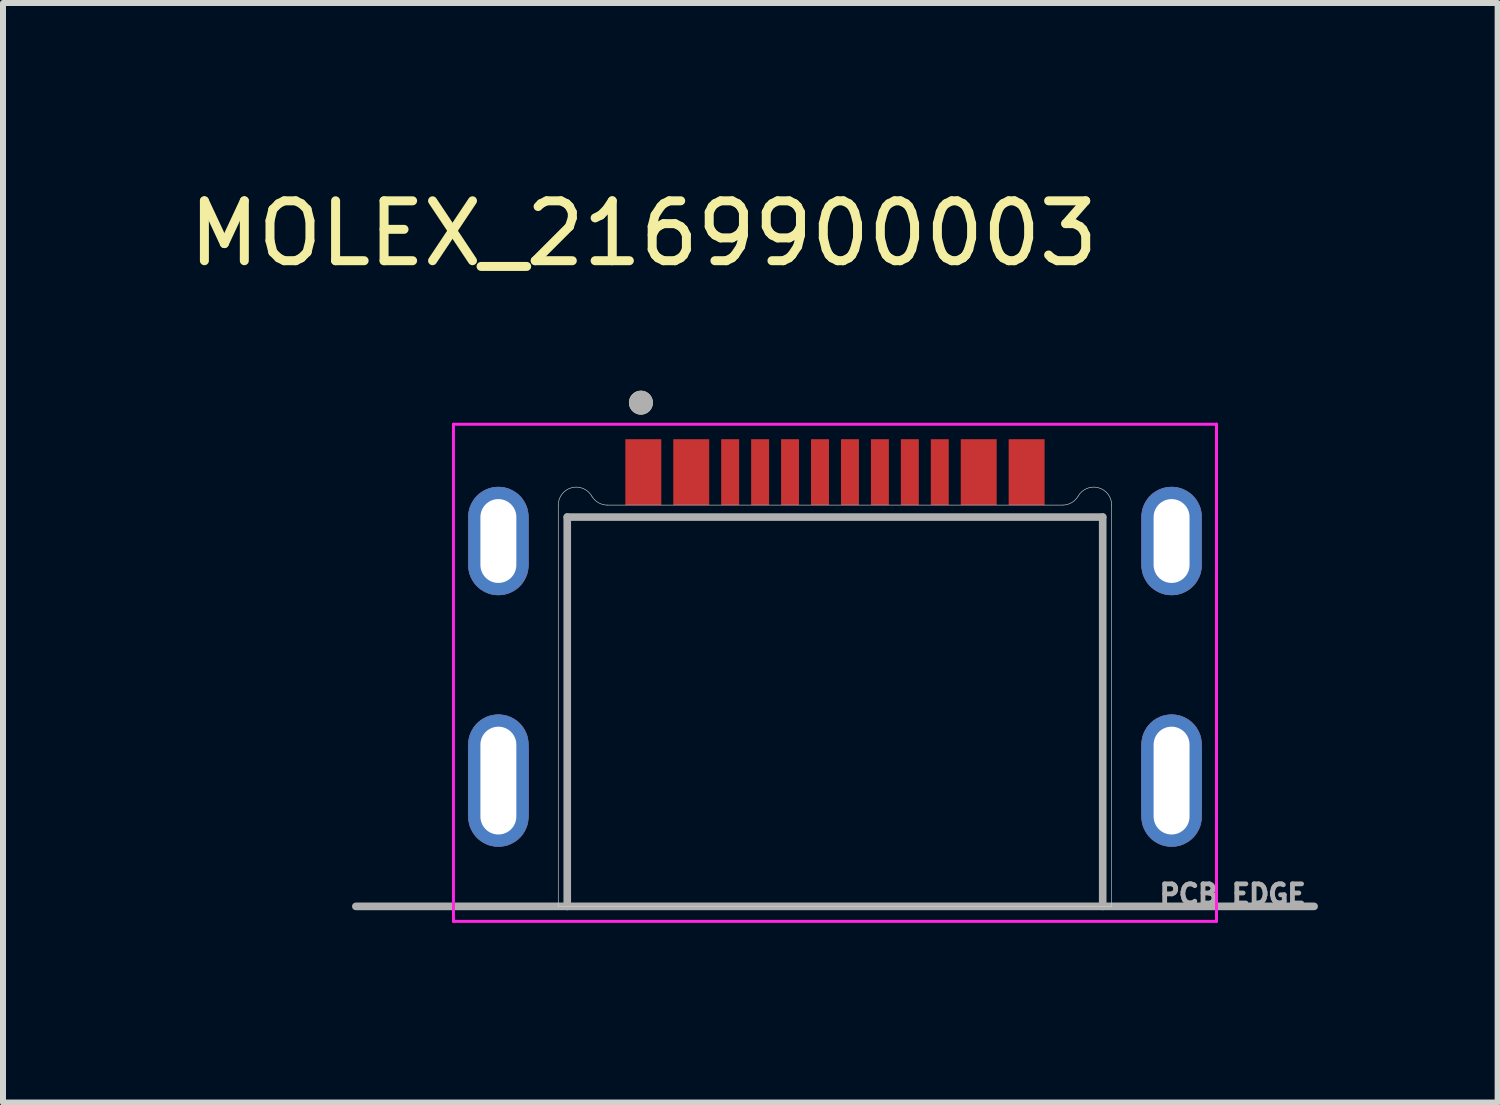
<source format=kicad_pcb>
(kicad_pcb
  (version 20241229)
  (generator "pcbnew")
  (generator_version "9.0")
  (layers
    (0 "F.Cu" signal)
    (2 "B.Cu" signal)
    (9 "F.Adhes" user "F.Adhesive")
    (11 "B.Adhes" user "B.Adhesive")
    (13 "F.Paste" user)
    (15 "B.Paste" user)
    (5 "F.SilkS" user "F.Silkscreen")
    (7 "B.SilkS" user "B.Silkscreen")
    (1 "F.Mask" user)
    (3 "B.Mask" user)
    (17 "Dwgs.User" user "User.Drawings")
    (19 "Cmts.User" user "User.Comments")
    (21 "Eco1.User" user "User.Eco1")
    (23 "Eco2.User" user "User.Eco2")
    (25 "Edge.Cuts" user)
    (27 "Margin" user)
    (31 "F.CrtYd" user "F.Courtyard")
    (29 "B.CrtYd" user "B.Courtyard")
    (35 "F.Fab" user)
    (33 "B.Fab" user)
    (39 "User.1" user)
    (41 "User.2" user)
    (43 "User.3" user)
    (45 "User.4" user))
  (footprint "MOLEX_2169900003"
    (layer "F.Cu")
    (at 10.891 9.983)
    (property "Reference" "MOLEX_2169900003" (at -3.195 -9.135 0) (layer "F.SilkS") (effects (font (size 1 1) (thickness 0.15))))
    (attr through_hole)
    (fp_poly (pts (xy -6.12 -0.6) (xy -6.12 0.6) (xy -6.117 0.652) (xy -6.109 0.704) (xy -6.096 0.755) (xy -6.077 0.803) (xy -6.053 0.85) (xy -6.025 0.894) (xy -5.992 0.935) (xy -5.955 0.972) (xy -5.914 1.005) (xy -5.87 1.033) (xy -5.823 1.057) (xy -5.775 1.076) (xy -5.724 1.089) (xy -5.672 1.097) (xy -5.62 1.1) (xy -5.568 1.097) (xy -5.516 1.089) (xy -5.465 1.076) (xy -5.417 1.057) (xy -5.37 1.033) (xy -5.326 1.005) (xy -5.285 0.972) (xy -5.248 0.935) (xy -5.215 0.894) (xy -5.187 0.85) (xy -5.163 0.803) (xy -5.144 0.755) (xy -5.131 0.704) (xy -5.123 0.652) (xy -5.12 0.6) (xy -5.12 -0.6) (xy -5.123 -0.652) (xy -5.131 -0.704) (xy -5.144 -0.755) (xy -5.163 -0.803) (xy -5.187 -0.85) (xy -5.215 -0.894) (xy -5.248 -0.935) (xy -5.285 -0.972) (xy -5.326 -1.005) (xy -5.37 -1.033) (xy -5.417 -1.057) (xy -5.465 -1.076) (xy -5.516 -1.089) (xy -5.568 -1.097) (xy -5.62 -1.1) (xy -5.672 -1.097) (xy -5.724 -1.089) (xy -5.775 -1.076) (xy -5.823 -1.057) (xy -5.87 -1.033) (xy -5.914 -1.005) (xy -5.955 -0.972) (xy -5.992 -0.935) (xy -6.025 -0.894) (xy -6.053 -0.85) (xy -6.077 -0.803) (xy -6.096 -0.755) (xy -6.109 -0.704) (xy -6.117 -0.652) (xy -6.12 -0.6)) (stroke (width 0.01) (type solid)) (fill yes) (layer "F.Cu"))
    (fp_poly (pts (xy -5.12 -3.6) (xy -5.123 -3.548) (xy -5.131 -3.496) (xy -5.144 -3.445) (xy -5.163 -3.397) (xy -5.187 -3.35) (xy -5.215 -3.306) (xy -5.248 -3.265) (xy -5.285 -3.228) (xy -5.326 -3.195) (xy -5.37 -3.167) (xy -5.417 -3.143) (xy -5.465 -3.124) (xy -5.516 -3.111) (xy -5.568 -3.103) (xy -5.62 -3.1) (xy -5.672 -3.103) (xy -5.724 -3.111) (xy -5.775 -3.124) (xy -5.823 -3.143) (xy -5.87 -3.167) (xy -5.914 -3.195) (xy -5.955 -3.228) (xy -5.992 -3.265) (xy -6.025 -3.306) (xy -6.053 -3.35) (xy -6.077 -3.397) (xy -6.096 -3.445) (xy -6.109 -3.496) (xy -6.117 -3.548) (xy -6.12 -3.6) (xy -6.12 -4.4) (xy -6.117 -4.452) (xy -6.109 -4.504) (xy -6.096 -4.555) (xy -6.077 -4.603) (xy -6.053 -4.65) (xy -6.025 -4.694) (xy -5.992 -4.735) (xy -5.955 -4.772) (xy -5.914 -4.805) (xy -5.87 -4.833) (xy -5.823 -4.857) (xy -5.775 -4.876) (xy -5.724 -4.889) (xy -5.672 -4.897) (xy -5.62 -4.9) (xy -5.568 -4.897) (xy -5.516 -4.889) (xy -5.465 -4.876) (xy -5.417 -4.857) (xy -5.37 -4.833) (xy -5.326 -4.805) (xy -5.285 -4.772) (xy -5.248 -4.735) (xy -5.215 -4.694) (xy -5.187 -4.65) (xy -5.163 -4.603) (xy -5.144 -4.555) (xy -5.131 -4.504) (xy -5.123 -4.452) (xy -5.12 -4.4) (xy -5.12 -3.6)) (stroke (width 0.01) (type solid)) (fill yes) (layer "F.Cu"))
    (fp_poly (pts (xy 5.12 -4.4) (xy 5.12 -3.6) (xy 5.123 -3.548) (xy 5.131 -3.496) (xy 5.144 -3.445) (xy 5.163 -3.397) (xy 5.187 -3.35) (xy 5.215 -3.306) (xy 5.248 -3.265) (xy 5.285 -3.228) (xy 5.326 -3.195) (xy 5.37 -3.167) (xy 5.417 -3.143) (xy 5.465 -3.124) (xy 5.516 -3.111) (xy 5.568 -3.103) (xy 5.62 -3.1) (xy 5.672 -3.103) (xy 5.724 -3.111) (xy 5.775 -3.124) (xy 5.823 -3.143) (xy 5.87 -3.167) (xy 5.914 -3.195) (xy 5.955 -3.228) (xy 5.992 -3.265) (xy 6.025 -3.306) (xy 6.053 -3.35) (xy 6.077 -3.397) (xy 6.096 -3.445) (xy 6.109 -3.496) (xy 6.117 -3.548) (xy 6.12 -3.6) (xy 6.12 -4.4) (xy 6.117 -4.452) (xy 6.109 -4.504) (xy 6.096 -4.555) (xy 6.077 -4.603) (xy 6.053 -4.65) (xy 6.025 -4.694) (xy 5.992 -4.735) (xy 5.955 -4.772) (xy 5.914 -4.805) (xy 5.87 -4.833) (xy 5.823 -4.857) (xy 5.775 -4.876) (xy 5.724 -4.889) (xy 5.672 -4.897) (xy 5.62 -4.9) (xy 5.568 -4.897) (xy 5.516 -4.889) (xy 5.465 -4.876) (xy 5.417 -4.857) (xy 5.37 -4.833) (xy 5.326 -4.805) (xy 5.285 -4.772) (xy 5.248 -4.735) (xy 5.215 -4.694) (xy 5.187 -4.65) (xy 5.163 -4.603) (xy 5.144 -4.555) (xy 5.131 -4.504) (xy 5.123 -4.452) (xy 5.12 -4.4)) (stroke (width 0.01) (type solid)) (fill yes) (layer "F.Cu"))
    (fp_poly (pts (xy 5.12 -0.6) (xy 5.12 0.6) (xy 5.123 0.652) (xy 5.131 0.704) (xy 5.144 0.755) (xy 5.163 0.803) (xy 5.187 0.85) (xy 5.215 0.894) (xy 5.248 0.935) (xy 5.285 0.972) (xy 5.326 1.005) (xy 5.37 1.033) (xy 5.417 1.057) (xy 5.465 1.076) (xy 5.516 1.089) (xy 5.568 1.097) (xy 5.62 1.1) (xy 5.672 1.097) (xy 5.724 1.089) (xy 5.775 1.076) (xy 5.823 1.057) (xy 5.87 1.033) (xy 5.914 1.005) (xy 5.955 0.972) (xy 5.992 0.935) (xy 6.025 0.894) (xy 6.053 0.85) (xy 6.077 0.803) (xy 6.096 0.755) (xy 6.109 0.704) (xy 6.117 0.652) (xy 6.12 0.6) (xy 6.12 -0.6) (xy 6.117 -0.652) (xy 6.109 -0.704) (xy 6.096 -0.755) (xy 6.077 -0.803) (xy 6.053 -0.85) (xy 6.025 -0.894) (xy 5.992 -0.935) (xy 5.955 -0.972) (xy 5.914 -1.005) (xy 5.87 -1.033) (xy 5.823 -1.057) (xy 5.775 -1.076) (xy 5.724 -1.089) (xy 5.672 -1.097) (xy 5.62 -1.1) (xy 5.568 -1.097) (xy 5.516 -1.089) (xy 5.465 -1.076) (xy 5.417 -1.057) (xy 5.37 -1.033) (xy 5.326 -1.005) (xy 5.285 -0.972) (xy 5.248 -0.935) (xy 5.215 -0.894) (xy 5.187 -0.85) (xy 5.163 -0.803) (xy 5.144 -0.755) (xy 5.131 -0.704) (xy 5.123 -0.652) (xy 5.12 -0.6)) (stroke (width 0.01) (type solid)) (fill yes) (layer "F.Cu"))
    (fp_poly (pts (xy -6.22 -4.4) (xy -6.22 -3.6) (xy -6.217 -3.537) (xy -6.207 -3.475) (xy -6.191 -3.415) (xy -6.168 -3.356) (xy -6.14 -3.3) (xy -6.105 -3.247) (xy -6.066 -3.199) (xy -6.021 -3.154) (xy -5.973 -3.115) (xy -5.92 -3.08) (xy -5.864 -3.052) (xy -5.805 -3.029) (xy -5.745 -3.013) (xy -5.683 -3.003) (xy -5.62 -3) (xy -5.557 -3.003) (xy -5.495 -3.013) (xy -5.435 -3.029) (xy -5.376 -3.052) (xy -5.32 -3.08) (xy -5.267 -3.115) (xy -5.219 -3.154) (xy -5.174 -3.199) (xy -5.135 -3.247) (xy -5.1 -3.3) (xy -5.072 -3.356) (xy -5.049 -3.415) (xy -5.033 -3.475) (xy -5.023 -3.537) (xy -5.02 -3.6) (xy -5.02 -4.4) (xy -5.023 -4.463) (xy -5.033 -4.525) (xy -5.049 -4.585) (xy -5.072 -4.644) (xy -5.1 -4.7) (xy -5.135 -4.753) (xy -5.174 -4.801) (xy -5.219 -4.846) (xy -5.267 -4.885) (xy -5.32 -4.92) (xy -5.376 -4.948) (xy -5.435 -4.971) (xy -5.495 -4.987) (xy -5.557 -4.997) (xy -5.62 -5) (xy -5.683 -4.997) (xy -5.745 -4.987) (xy -5.805 -4.971) (xy -5.864 -4.948) (xy -5.92 -4.92) (xy -5.973 -4.885) (xy -6.021 -4.846) (xy -6.066 -4.801) (xy -6.105 -4.753) (xy -6.14 -4.7) (xy -6.168 -4.644) (xy -6.191 -4.585) (xy -6.207 -4.525) (xy -6.217 -4.463) (xy -6.22 -4.4)) (stroke (width 0.01) (type solid)) (fill yes) (layer "F.Mask"))
    (fp_poly (pts (xy -5.02 0.6) (xy -5.023 0.663) (xy -5.033 0.725) (xy -5.049 0.785) (xy -5.072 0.844) (xy -5.1 0.9) (xy -5.135 0.953) (xy -5.174 1.001) (xy -5.219 1.046) (xy -5.267 1.085) (xy -5.32 1.12) (xy -5.376 1.148) (xy -5.435 1.171) (xy -5.495 1.187) (xy -5.557 1.197) (xy -5.62 1.2) (xy -5.683 1.197) (xy -5.745 1.187) (xy -5.805 1.171) (xy -5.864 1.148) (xy -5.92 1.12) (xy -5.973 1.085) (xy -6.021 1.046) (xy -6.066 1.001) (xy -6.105 0.953) (xy -6.14 0.9) (xy -6.168 0.844) (xy -6.191 0.785) (xy -6.207 0.725) (xy -6.217 0.663) (xy -6.22 0.6) (xy -6.22 -0.6) (xy -6.217 -0.663) (xy -6.207 -0.725) (xy -6.191 -0.785) (xy -6.168 -0.844) (xy -6.14 -0.9) (xy -6.105 -0.953) (xy -6.066 -1.001) (xy -6.021 -1.046) (xy -5.973 -1.085) (xy -5.92 -1.12) (xy -5.864 -1.148) (xy -5.805 -1.171) (xy -5.745 -1.187) (xy -5.683 -1.197) (xy -5.62 -1.2) (xy -5.557 -1.197) (xy -5.495 -1.187) (xy -5.435 -1.171) (xy -5.376 -1.148) (xy -5.32 -1.12) (xy -5.267 -1.085) (xy -5.219 -1.046) (xy -5.174 -1.001) (xy -5.135 -0.953) (xy -5.1 -0.9) (xy -5.072 -0.844) (xy -5.049 -0.785) (xy -5.033 -0.725) (xy -5.023 -0.663) (xy -5.02 -0.6) (xy -5.02 0.6)) (stroke (width 0.01) (type solid)) (fill yes) (layer "F.Mask"))
    (fp_poly (pts (xy 5.02 -0.6) (xy 5.02 0.6) (xy 5.023 0.663) (xy 5.033 0.725) (xy 5.049 0.785) (xy 5.072 0.844) (xy 5.1 0.9) (xy 5.135 0.953) (xy 5.174 1.001) (xy 5.219 1.046) (xy 5.267 1.085) (xy 5.32 1.12) (xy 5.376 1.148) (xy 5.435 1.171) (xy 5.495 1.187) (xy 5.557 1.197) (xy 5.62 1.2) (xy 5.683 1.197) (xy 5.745 1.187) (xy 5.805 1.171) (xy 5.864 1.148) (xy 5.92 1.12) (xy 5.973 1.085) (xy 6.021 1.046) (xy 6.066 1.001) (xy 6.105 0.953) (xy 6.14 0.9) (xy 6.168 0.844) (xy 6.191 0.785) (xy 6.207 0.725) (xy 6.217 0.663) (xy 6.22 0.6) (xy 6.22 -0.6) (xy 6.217 -0.663) (xy 6.207 -0.725) (xy 6.191 -0.785) (xy 6.168 -0.844) (xy 6.14 -0.9) (xy 6.105 -0.953) (xy 6.066 -1.001) (xy 6.021 -1.046) (xy 5.973 -1.085) (xy 5.92 -1.12) (xy 5.864 -1.148) (xy 5.805 -1.171) (xy 5.745 -1.187) (xy 5.683 -1.197) (xy 5.62 -1.2) (xy 5.557 -1.197) (xy 5.495 -1.187) (xy 5.435 -1.171) (xy 5.376 -1.148) (xy 5.32 -1.12) (xy 5.267 -1.085) (xy 5.219 -1.046) (xy 5.174 -1.001) (xy 5.135 -0.953) (xy 5.1 -0.9) (xy 5.072 -0.844) (xy 5.049 -0.785) (xy 5.033 -0.725) (xy 5.023 -0.663) (xy 5.02 -0.6)) (stroke (width 0.01) (type solid)) (fill yes) (layer "F.Mask"))
    (fp_poly (pts (xy 6.22 -3.6) (xy 6.217 -3.537) (xy 6.207 -3.475) (xy 6.191 -3.415) (xy 6.168 -3.356) (xy 6.14 -3.3) (xy 6.105 -3.247) (xy 6.066 -3.199) (xy 6.021 -3.154) (xy 5.973 -3.115) (xy 5.92 -3.08) (xy 5.864 -3.052) (xy 5.805 -3.029) (xy 5.745 -3.013) (xy 5.683 -3.003) (xy 5.62 -3) (xy 5.557 -3.003) (xy 5.495 -3.013) (xy 5.435 -3.029) (xy 5.376 -3.052) (xy 5.32 -3.08) (xy 5.267 -3.115) (xy 5.219 -3.154) (xy 5.174 -3.199) (xy 5.135 -3.247) (xy 5.1 -3.3) (xy 5.072 -3.356) (xy 5.049 -3.415) (xy 5.033 -3.475) (xy 5.023 -3.537) (xy 5.02 -3.6) (xy 5.02 -4.4) (xy 5.023 -4.463) (xy 5.033 -4.525) (xy 5.049 -4.585) (xy 5.072 -4.644) (xy 5.1 -4.7) (xy 5.135 -4.753) (xy 5.174 -4.801) (xy 5.219 -4.846) (xy 5.267 -4.885) (xy 5.32 -4.92) (xy 5.376 -4.948) (xy 5.435 -4.971) (xy 5.495 -4.987) (xy 5.557 -4.997) (xy 5.62 -5) (xy 5.683 -4.997) (xy 5.745 -4.987) (xy 5.805 -4.971) (xy 5.864 -4.948) (xy 5.92 -4.92) (xy 5.973 -4.885) (xy 6.021 -4.846) (xy 6.066 -4.801) (xy 6.105 -4.753) (xy 6.14 -4.7) (xy 6.168 -4.644) (xy 6.191 -4.585) (xy 6.207 -4.525) (xy 6.217 -4.463) (xy 6.22 -4.4) (xy 6.22 -3.6)) (stroke (width 0.01) (type solid)) (fill yes) (layer "F.Mask"))
    (fp_poly (pts (xy -6.12 -0.6) (xy -6.12 0.6) (xy -6.117 0.652) (xy -6.109 0.704) (xy -6.096 0.755) (xy -6.077 0.803) (xy -6.053 0.85) (xy -6.025 0.894) (xy -5.992 0.935) (xy -5.955 0.972) (xy -5.914 1.005) (xy -5.87 1.033) (xy -5.823 1.057) (xy -5.775 1.076) (xy -5.724 1.089) (xy -5.672 1.097) (xy -5.62 1.1) (xy -5.568 1.097) (xy -5.516 1.089) (xy -5.465 1.076) (xy -5.417 1.057) (xy -5.37 1.033) (xy -5.326 1.005) (xy -5.285 0.972) (xy -5.248 0.935) (xy -5.215 0.894) (xy -5.187 0.85) (xy -5.163 0.803) (xy -5.144 0.755) (xy -5.131 0.704) (xy -5.123 0.652) (xy -5.12 0.6) (xy -5.12 -0.6) (xy -5.123 -0.652) (xy -5.131 -0.704) (xy -5.144 -0.755) (xy -5.163 -0.803) (xy -5.187 -0.85) (xy -5.215 -0.894) (xy -5.248 -0.935) (xy -5.285 -0.972) (xy -5.326 -1.005) (xy -5.37 -1.033) (xy -5.417 -1.057) (xy -5.465 -1.076) (xy -5.516 -1.089) (xy -5.568 -1.097) (xy -5.62 -1.1) (xy -5.672 -1.097) (xy -5.724 -1.089) (xy -5.775 -1.076) (xy -5.823 -1.057) (xy -5.87 -1.033) (xy -5.914 -1.005) (xy -5.955 -0.972) (xy -5.992 -0.935) (xy -6.025 -0.894) (xy -6.053 -0.85) (xy -6.077 -0.803) (xy -6.096 -0.755) (xy -6.109 -0.704) (xy -6.117 -0.652) (xy -6.12 -0.6)) (stroke (width 0.01) (type solid)) (fill yes) (layer "B.Cu"))
    (fp_poly (pts (xy -5.12 -3.6) (xy -5.123 -3.548) (xy -5.131 -3.496) (xy -5.144 -3.445) (xy -5.163 -3.397) (xy -5.187 -3.35) (xy -5.215 -3.306) (xy -5.248 -3.265) (xy -5.285 -3.228) (xy -5.326 -3.195) (xy -5.37 -3.167) (xy -5.417 -3.143) (xy -5.465 -3.124) (xy -5.516 -3.111) (xy -5.568 -3.103) (xy -5.62 -3.1) (xy -5.672 -3.103) (xy -5.724 -3.111) (xy -5.775 -3.124) (xy -5.823 -3.143) (xy -5.87 -3.167) (xy -5.914 -3.195) (xy -5.955 -3.228) (xy -5.992 -3.265) (xy -6.025 -3.306) (xy -6.053 -3.35) (xy -6.077 -3.397) (xy -6.096 -3.445) (xy -6.109 -3.496) (xy -6.117 -3.548) (xy -6.12 -3.6) (xy -6.12 -4.4) (xy -6.117 -4.452) (xy -6.109 -4.504) (xy -6.096 -4.555) (xy -6.077 -4.603) (xy -6.053 -4.65) (xy -6.025 -4.694) (xy -5.992 -4.735) (xy -5.955 -4.772) (xy -5.914 -4.805) (xy -5.87 -4.833) (xy -5.823 -4.857) (xy -5.775 -4.876) (xy -5.724 -4.889) (xy -5.672 -4.897) (xy -5.62 -4.9) (xy -5.568 -4.897) (xy -5.516 -4.889) (xy -5.465 -4.876) (xy -5.417 -4.857) (xy -5.37 -4.833) (xy -5.326 -4.805) (xy -5.285 -4.772) (xy -5.248 -4.735) (xy -5.215 -4.694) (xy -5.187 -4.65) (xy -5.163 -4.603) (xy -5.144 -4.555) (xy -5.131 -4.504) (xy -5.123 -4.452) (xy -5.12 -4.4) (xy -5.12 -3.6)) (stroke (width 0.01) (type solid)) (fill yes) (layer "B.Cu"))
    (fp_poly (pts (xy 5.12 -4.4) (xy 5.12 -3.6) (xy 5.123 -3.548) (xy 5.131 -3.496) (xy 5.144 -3.445) (xy 5.163 -3.397) (xy 5.187 -3.35) (xy 5.215 -3.306) (xy 5.248 -3.265) (xy 5.285 -3.228) (xy 5.326 -3.195) (xy 5.37 -3.167) (xy 5.417 -3.143) (xy 5.465 -3.124) (xy 5.516 -3.111) (xy 5.568 -3.103) (xy 5.62 -3.1) (xy 5.672 -3.103) (xy 5.724 -3.111) (xy 5.775 -3.124) (xy 5.823 -3.143) (xy 5.87 -3.167) (xy 5.914 -3.195) (xy 5.955 -3.228) (xy 5.992 -3.265) (xy 6.025 -3.306) (xy 6.053 -3.35) (xy 6.077 -3.397) (xy 6.096 -3.445) (xy 6.109 -3.496) (xy 6.117 -3.548) (xy 6.12 -3.6) (xy 6.12 -4.4) (xy 6.117 -4.452) (xy 6.109 -4.504) (xy 6.096 -4.555) (xy 6.077 -4.603) (xy 6.053 -4.65) (xy 6.025 -4.694) (xy 5.992 -4.735) (xy 5.955 -4.772) (xy 5.914 -4.805) (xy 5.87 -4.833) (xy 5.823 -4.857) (xy 5.775 -4.876) (xy 5.724 -4.889) (xy 5.672 -4.897) (xy 5.62 -4.9) (xy 5.568 -4.897) (xy 5.516 -4.889) (xy 5.465 -4.876) (xy 5.417 -4.857) (xy 5.37 -4.833) (xy 5.326 -4.805) (xy 5.285 -4.772) (xy 5.248 -4.735) (xy 5.215 -4.694) (xy 5.187 -4.65) (xy 5.163 -4.603) (xy 5.144 -4.555) (xy 5.131 -4.504) (xy 5.123 -4.452) (xy 5.12 -4.4)) (stroke (width 0.01) (type solid)) (fill yes) (layer "B.Cu"))
    (fp_poly (pts (xy 5.12 -0.6) (xy 5.12 0.6) (xy 5.123 0.652) (xy 5.131 0.704) (xy 5.144 0.755) (xy 5.163 0.803) (xy 5.187 0.85) (xy 5.215 0.894) (xy 5.248 0.935) (xy 5.285 0.972) (xy 5.326 1.005) (xy 5.37 1.033) (xy 5.417 1.057) (xy 5.465 1.076) (xy 5.516 1.089) (xy 5.568 1.097) (xy 5.62 1.1) (xy 5.672 1.097) (xy 5.724 1.089) (xy 5.775 1.076) (xy 5.823 1.057) (xy 5.87 1.033) (xy 5.914 1.005) (xy 5.955 0.972) (xy 5.992 0.935) (xy 6.025 0.894) (xy 6.053 0.85) (xy 6.077 0.803) (xy 6.096 0.755) (xy 6.109 0.704) (xy 6.117 0.652) (xy 6.12 0.6) (xy 6.12 -0.6) (xy 6.117 -0.652) (xy 6.109 -0.704) (xy 6.096 -0.755) (xy 6.077 -0.803) (xy 6.053 -0.85) (xy 6.025 -0.894) (xy 5.992 -0.935) (xy 5.955 -0.972) (xy 5.914 -1.005) (xy 5.87 -1.033) (xy 5.823 -1.057) (xy 5.775 -1.076) (xy 5.724 -1.089) (xy 5.672 -1.097) (xy 5.62 -1.1) (xy 5.568 -1.097) (xy 5.516 -1.089) (xy 5.465 -1.076) (xy 5.417 -1.057) (xy 5.37 -1.033) (xy 5.326 -1.005) (xy 5.285 -0.972) (xy 5.248 -0.935) (xy 5.215 -0.894) (xy 5.187 -0.85) (xy 5.163 -0.803) (xy 5.144 -0.755) (xy 5.131 -0.704) (xy 5.123 -0.652) (xy 5.12 -0.6)) (stroke (width 0.01) (type solid)) (fill yes) (layer "B.Cu"))
    (fp_poly (pts (xy -6.22 -4.4) (xy -6.22 -3.6) (xy -6.217 -3.537) (xy -6.207 -3.475) (xy -6.191 -3.415) (xy -6.168 -3.356) (xy -6.14 -3.3) (xy -6.105 -3.247) (xy -6.066 -3.199) (xy -6.021 -3.154) (xy -5.973 -3.115) (xy -5.92 -3.08) (xy -5.864 -3.052) (xy -5.805 -3.029) (xy -5.745 -3.013) (xy -5.683 -3.003) (xy -5.62 -3) (xy -5.557 -3.003) (xy -5.495 -3.013) (xy -5.435 -3.029) (xy -5.376 -3.052) (xy -5.32 -3.08) (xy -5.267 -3.115) (xy -5.219 -3.154) (xy -5.174 -3.199) (xy -5.135 -3.247) (xy -5.1 -3.3) (xy -5.072 -3.356) (xy -5.049 -3.415) (xy -5.033 -3.475) (xy -5.023 -3.537) (xy -5.02 -3.6) (xy -5.02 -4.4) (xy -5.023 -4.463) (xy -5.033 -4.525) (xy -5.049 -4.585) (xy -5.072 -4.644) (xy -5.1 -4.7) (xy -5.135 -4.753) (xy -5.174 -4.801) (xy -5.219 -4.846) (xy -5.267 -4.885) (xy -5.32 -4.92) (xy -5.376 -4.948) (xy -5.435 -4.971) (xy -5.495 -4.987) (xy -5.557 -4.997) (xy -5.62 -5) (xy -5.683 -4.997) (xy -5.745 -4.987) (xy -5.805 -4.971) (xy -5.864 -4.948) (xy -5.92 -4.92) (xy -5.973 -4.885) (xy -6.021 -4.846) (xy -6.066 -4.801) (xy -6.105 -4.753) (xy -6.14 -4.7) (xy -6.168 -4.644) (xy -6.191 -4.585) (xy -6.207 -4.525) (xy -6.217 -4.463) (xy -6.22 -4.4)) (stroke (width 0.01) (type solid)) (fill yes) (layer "B.Mask"))
    (fp_poly (pts (xy -5.02 0.6) (xy -5.023 0.663) (xy -5.033 0.725) (xy -5.049 0.785) (xy -5.072 0.844) (xy -5.1 0.9) (xy -5.135 0.953) (xy -5.174 1.001) (xy -5.219 1.046) (xy -5.267 1.085) (xy -5.32 1.12) (xy -5.376 1.148) (xy -5.435 1.171) (xy -5.495 1.187) (xy -5.557 1.197) (xy -5.62 1.2) (xy -5.683 1.197) (xy -5.745 1.187) (xy -5.805 1.171) (xy -5.864 1.148) (xy -5.92 1.12) (xy -5.973 1.085) (xy -6.021 1.046) (xy -6.066 1.001) (xy -6.105 0.953) (xy -6.14 0.9) (xy -6.168 0.844) (xy -6.191 0.785) (xy -6.207 0.725) (xy -6.217 0.663) (xy -6.22 0.6) (xy -6.22 -0.6) (xy -6.217 -0.663) (xy -6.207 -0.725) (xy -6.191 -0.785) (xy -6.168 -0.844) (xy -6.14 -0.9) (xy -6.105 -0.953) (xy -6.066 -1.001) (xy -6.021 -1.046) (xy -5.973 -1.085) (xy -5.92 -1.12) (xy -5.864 -1.148) (xy -5.805 -1.171) (xy -5.745 -1.187) (xy -5.683 -1.197) (xy -5.62 -1.2) (xy -5.557 -1.197) (xy -5.495 -1.187) (xy -5.435 -1.171) (xy -5.376 -1.148) (xy -5.32 -1.12) (xy -5.267 -1.085) (xy -5.219 -1.046) (xy -5.174 -1.001) (xy -5.135 -0.953) (xy -5.1 -0.9) (xy -5.072 -0.844) (xy -5.049 -0.785) (xy -5.033 -0.725) (xy -5.023 -0.663) (xy -5.02 -0.6) (xy -5.02 0.6)) (stroke (width 0.01) (type solid)) (fill yes) (layer "B.Mask"))
    (fp_poly (pts (xy 5.02 -0.6) (xy 5.02 0.6) (xy 5.023 0.663) (xy 5.033 0.725) (xy 5.049 0.785) (xy 5.072 0.844) (xy 5.1 0.9) (xy 5.135 0.953) (xy 5.174 1.001) (xy 5.219 1.046) (xy 5.267 1.085) (xy 5.32 1.12) (xy 5.376 1.148) (xy 5.435 1.171) (xy 5.495 1.187) (xy 5.557 1.197) (xy 5.62 1.2) (xy 5.683 1.197) (xy 5.745 1.187) (xy 5.805 1.171) (xy 5.864 1.148) (xy 5.92 1.12) (xy 5.973 1.085) (xy 6.021 1.046) (xy 6.066 1.001) (xy 6.105 0.953) (xy 6.14 0.9) (xy 6.168 0.844) (xy 6.191 0.785) (xy 6.207 0.725) (xy 6.217 0.663) (xy 6.22 0.6) (xy 6.22 -0.6) (xy 6.217 -0.663) (xy 6.207 -0.725) (xy 6.191 -0.785) (xy 6.168 -0.844) (xy 6.14 -0.9) (xy 6.105 -0.953) (xy 6.066 -1.001) (xy 6.021 -1.046) (xy 5.973 -1.085) (xy 5.92 -1.12) (xy 5.864 -1.148) (xy 5.805 -1.171) (xy 5.745 -1.187) (xy 5.683 -1.197) (xy 5.62 -1.2) (xy 5.557 -1.197) (xy 5.495 -1.187) (xy 5.435 -1.171) (xy 5.376 -1.148) (xy 5.32 -1.12) (xy 5.267 -1.085) (xy 5.219 -1.046) (xy 5.174 -1.001) (xy 5.135 -0.953) (xy 5.1 -0.9) (xy 5.072 -0.844) (xy 5.049 -0.785) (xy 5.033 -0.725) (xy 5.023 -0.663) (xy 5.02 -0.6)) (stroke (width 0.01) (type solid)) (fill yes) (layer "B.Mask"))
    (fp_poly (pts (xy 6.22 -3.6) (xy 6.217 -3.537) (xy 6.207 -3.475) (xy 6.191 -3.415) (xy 6.168 -3.356) (xy 6.14 -3.3) (xy 6.105 -3.247) (xy 6.066 -3.199) (xy 6.021 -3.154) (xy 5.973 -3.115) (xy 5.92 -3.08) (xy 5.864 -3.052) (xy 5.805 -3.029) (xy 5.745 -3.013) (xy 5.683 -3.003) (xy 5.62 -3) (xy 5.557 -3.003) (xy 5.495 -3.013) (xy 5.435 -3.029) (xy 5.376 -3.052) (xy 5.32 -3.08) (xy 5.267 -3.115) (xy 5.219 -3.154) (xy 5.174 -3.199) (xy 5.135 -3.247) (xy 5.1 -3.3) (xy 5.072 -3.356) (xy 5.049 -3.415) (xy 5.033 -3.475) (xy 5.023 -3.537) (xy 5.02 -3.6) (xy 5.02 -4.4) (xy 5.023 -4.463) (xy 5.033 -4.525) (xy 5.049 -4.585) (xy 5.072 -4.644) (xy 5.1 -4.7) (xy 5.135 -4.753) (xy 5.174 -4.801) (xy 5.219 -4.846) (xy 5.267 -4.885) (xy 5.32 -4.92) (xy 5.376 -4.948) (xy 5.435 -4.971) (xy 5.495 -4.987) (xy 5.557 -4.997) (xy 5.62 -5) (xy 5.683 -4.997) (xy 5.745 -4.987) (xy 5.805 -4.971) (xy 5.864 -4.948) (xy 5.92 -4.92) (xy 5.973 -4.885) (xy 6.021 -4.846) (xy 6.066 -4.801) (xy 6.105 -4.753) (xy 6.14 -4.7) (xy 6.168 -4.644) (xy 6.191 -4.585) (xy 6.207 -4.525) (xy 6.217 -4.463) (xy 6.22 -4.4) (xy 6.22 -3.6)) (stroke (width 0.01) (type solid)) (fill yes) (layer "B.Mask"))
    (fp_circle (center -3.24 -6.31) (end -3.14 -6.31) (stroke (width 0.2) (type solid)) (fill no) (layer "F.SilkS"))
    (fp_line (start -4.62 2.1) (end -4.62 -4.6) (stroke (width 0.01) (type solid)) (layer "Edge.Cuts"))
    (fp_line (start -4.62 2.1) (end 4.62 2.1) (stroke (width 0.01) (type solid)) (layer "Edge.Cuts"))
    (fp_line (start -3.8 -4.6) (end 3.8 -4.6) (stroke (width 0.01) (type solid)) (layer "Edge.Cuts"))
    (fp_line (start 4.62 2.1) (end 4.62 -4.6) (stroke (width 0.01) (type solid)) (layer "Edge.Cuts"))
    (fp_arc (start -4.62 -4.6) (mid -4.397645 -4.889779) (end -4.060191 -4.750001) (stroke (width 0.01) (type solid)) (layer "Edge.Cuts"))
    (fp_arc (start -3.80038 -4.6) (mid -3.950382 -4.640191) (end -4.060191 -4.75) (stroke (width 0.01) (type solid)) (layer "Edge.Cuts"))
    (fp_arc (start 4.06019 -4.75) (mid 3.950381 -4.640192) (end 3.80038 -4.6) (stroke (width 0.01) (type solid)) (layer "Edge.Cuts"))
    (fp_arc (start 4.06019 -4.75) (mid 4.397644 -4.889779) (end 4.62 -4.600001) (stroke (width 0.01) (type solid)) (layer "Edge.Cuts"))
    (fp_line (start -6.37 -5.95) (end -6.37 2.35) (stroke (width 0.05) (type solid)) (layer "F.CrtYd"))
    (fp_line (start -6.37 2.35) (end 6.37 2.35) (stroke (width 0.05) (type solid)) (layer "F.CrtYd"))
    (fp_line (start 6.37 -5.95) (end -6.37 -5.95) (stroke (width 0.05) (type solid)) (layer "F.CrtYd"))
    (fp_line (start 6.37 2.35) (end 6.37 -5.95) (stroke (width 0.05) (type solid)) (layer "F.CrtYd"))
    (fp_line (start -4.47 -4.4) (end 4.47 -4.4) (stroke (width 0.127) (type solid)) (layer "F.Fab"))
    (fp_line (start -4.47 2.1) (end -8 2.1) (stroke (width 0.127) (type solid)) (layer "F.Fab"))
    (fp_line (start -4.47 2.1) (end -4.47 -4.4) (stroke (width 0.127) (type solid)) (layer "F.Fab"))
    (fp_line (start -4.47 2.1) (end 4.47 2.1) (stroke (width 0.127) (type solid)) (layer "F.Fab"))
    (fp_line (start 4.47 -4.4) (end 4.47 2.1) (stroke (width 0.127) (type solid)) (layer "F.Fab"))
    (fp_line (start 4.47 2.1) (end 8 2.1) (stroke (width 0.127) (type solid)) (layer "F.Fab"))
    (fp_circle (center -3.24 -6.31) (end -3.14 -6.31) (stroke (width 0.2) (type solid)) (fill no) (layer "F.Fab"))
    (fp_text user "PCB EDGE" (at 6.64 1.9 0) (layer "F.Fab") (effects (font (size 0.32 0.32) (thickness 0.15))))
    (pad "A1_B12" smd rect (at -3.2 -5.15) (size 0.6 1.1) (layers "F.Cu" "F.Mask" "F.Paste"))
    (pad "A4_B9" smd rect (at -2.4 -5.15) (size 0.6 1.1) (layers "F.Cu" "F.Mask" "F.Paste"))
    (pad "A5" smd rect (at -1.25 -5.15) (size 0.3 1.1) (layers "F.Cu" "F.Mask" "F.Paste"))
    (pad "A6" smd rect (at -0.25 -5.15) (size 0.3 1.1) (layers "F.Cu" "F.Mask" "F.Paste"))
    (pad "A7" smd rect (at 0.25 -5.15) (size 0.3 1.1) (layers "F.Cu" "F.Mask" "F.Paste"))
    (pad "A8" smd rect (at 1.25 -5.15) (size 0.3 1.1) (layers "F.Cu" "F.Mask" "F.Paste"))
    (pad "B1_A12" smd rect (at 3.2 -5.15) (size 0.6 1.1) (layers "F.Cu" "F.Mask" "F.Paste"))
    (pad "B4_A9" smd rect (at 2.4 -5.15) (size 0.6 1.1) (layers "F.Cu" "F.Mask" "F.Paste"))
    (pad "B5" smd rect (at 1.75 -5.15) (size 0.3 1.1) (layers "F.Cu" "F.Mask" "F.Paste"))
    (pad "B6" smd rect (at 0.75 -5.15) (size 0.3 1.1) (layers "F.Cu" "F.Mask" "F.Paste"))
    (pad "B7" smd rect (at -0.75 -5.15) (size 0.3 1.1) (layers "F.Cu" "F.Mask" "F.Paste"))
    (pad "B8" smd rect (at -1.75 -5.15) (size 0.3 1.1) (layers "F.Cu" "F.Mask" "F.Paste"))
    (pad "S1" thru_hole oval (at -5.62 0) (size 1 2) (drill oval 0.6 1.8) (layers "*.Cu"))
    (pad "S2" thru_hole oval (at 5.62 0) (size 1 2) (drill oval 0.6 1.8) (layers "*.Cu"))
    (pad "S3" thru_hole oval (at -5.62 -4) (size 0.9 1.8) (drill oval 0.6 1.4) (layers "*.Cu"))
    (pad "S4" thru_hole oval (at 5.62 -4) (size 0.9 1.8) (drill oval 0.6 1.4) (layers "*.Cu")))
  (gr_rect
    (start -3 -3)
    (end 21.955 15.358)
    (stroke (width 0.1) (type default))
    (fill no)
    (layer "Edge.Cuts")))
</source>
